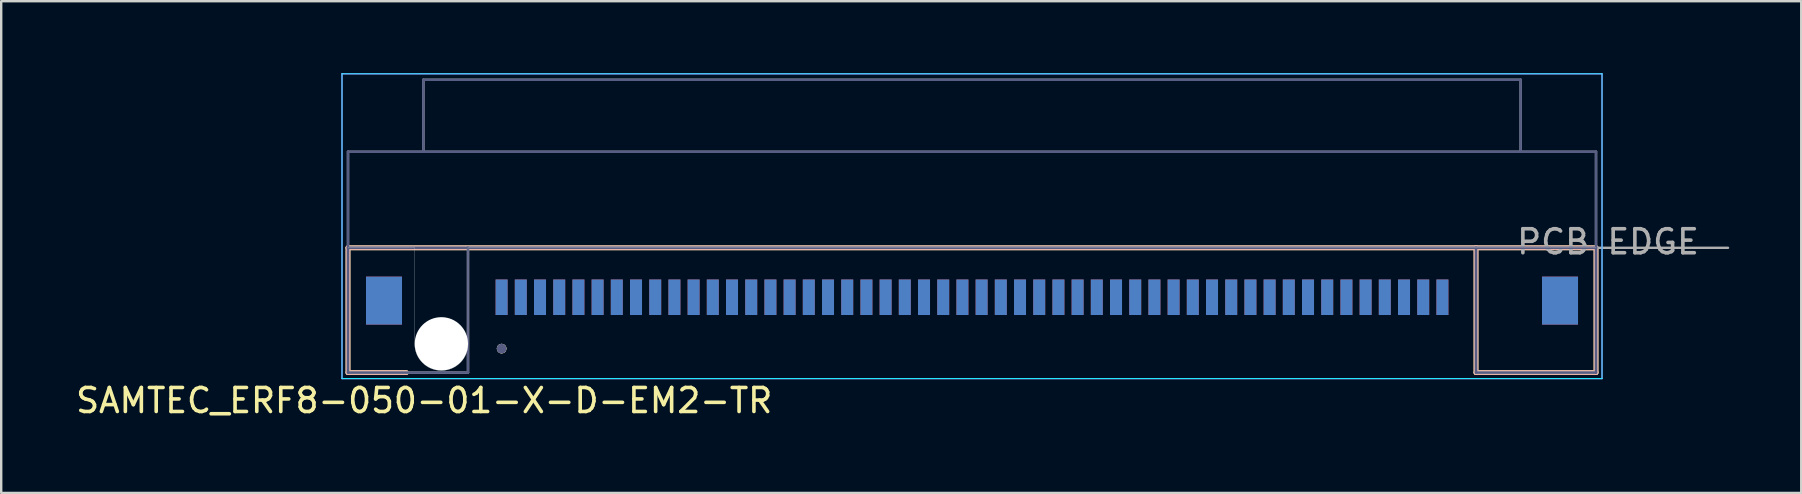
<source format=kicad_pcb>
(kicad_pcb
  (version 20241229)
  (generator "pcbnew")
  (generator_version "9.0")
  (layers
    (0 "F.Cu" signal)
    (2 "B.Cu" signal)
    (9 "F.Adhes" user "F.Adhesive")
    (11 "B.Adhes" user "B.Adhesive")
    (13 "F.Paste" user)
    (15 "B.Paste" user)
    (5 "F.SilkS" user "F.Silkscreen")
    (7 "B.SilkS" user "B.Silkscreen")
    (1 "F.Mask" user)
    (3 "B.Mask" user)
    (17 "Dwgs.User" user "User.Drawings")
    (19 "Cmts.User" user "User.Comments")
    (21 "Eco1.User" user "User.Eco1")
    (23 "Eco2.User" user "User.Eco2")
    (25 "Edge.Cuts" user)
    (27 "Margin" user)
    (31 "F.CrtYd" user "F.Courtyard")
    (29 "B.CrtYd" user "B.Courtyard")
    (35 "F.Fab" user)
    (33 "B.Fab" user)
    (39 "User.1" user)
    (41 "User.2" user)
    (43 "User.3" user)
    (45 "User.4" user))
  (footprint "SAMTEC_ERF8-050-01-X-D-EM2-TR"
    (layer "F.Cu")
    (at 37.45 7.275)
    (property "Reference" "SAMTEC_ERF8-050-01-X-D-EM2-TR" (at -22.825 6.365 0) (layer "F.SilkS") (effects (font (size 1 1) (thickness 0.15))))
    (attr through_hole)
    (fp_line (start -26 0) (end 21 0) (stroke (width 0.2) (type solid)) (layer "F.SilkS"))
    (fp_line (start -26 5.2) (end -26 0) (stroke (width 0.2) (type solid)) (layer "F.SilkS"))
    (fp_line (start -23.57 5.2) (end -26 5.2) (stroke (width 0.2) (type solid)) (layer "F.SilkS"))
    (fp_line (start 21 0) (end 26 0) (stroke (width 0.2) (type solid)) (layer "F.SilkS"))
    (fp_line (start 21 5.2) (end 21 0) (stroke (width 0.2) (type solid)) (layer "F.SilkS"))
    (fp_line (start 26 0) (end 26 5.2) (stroke (width 0.2) (type solid)) (layer "F.SilkS"))
    (fp_line (start 26 5.2) (end 21 5.2) (stroke (width 0.2) (type solid)) (layer "F.SilkS"))
    (fp_circle (center -19.6 4.2) (end -19.5 4.2) (stroke (width 0.2) (type solid)) (fill no) (layer "F.SilkS"))
    (fp_line (start -26 0) (end 21 0) (stroke (width 0.2) (type solid)) (layer "B.SilkS"))
    (fp_line (start -26 5.2) (end -26 0) (stroke (width 0.2) (type solid)) (layer "B.SilkS"))
    (fp_line (start -23.57 5.2) (end -26 5.2) (stroke (width 0.2) (type solid)) (layer "B.SilkS"))
    (fp_line (start 21 0) (end 26 0) (stroke (width 0.2) (type solid)) (layer "B.SilkS"))
    (fp_line (start 21 5.2) (end 21 0) (stroke (width 0.2) (type solid)) (layer "B.SilkS"))
    (fp_line (start 26 0) (end 26 5.2) (stroke (width 0.2) (type solid)) (layer "B.SilkS"))
    (fp_line (start 26 5.2) (end 21 5.2) (stroke (width 0.2) (type solid)) (layer "B.SilkS"))
    (fp_circle (center -19.6 4.2) (end -19.5 4.2) (stroke (width 0.2) (type solid)) (fill no) (layer "B.SilkS"))
    (fp_poly (pts (xy -19.6 1.97) (xy -19.42 2.23) (xy -19.42 3.5) (xy -19.78 3.5) (xy -19.78 2.23)) (stroke (width 0.01) (type solid)) (fill yes) (layer "F.Paste"))
    (fp_poly (pts (xy -18.8 1.97) (xy -18.62 2.23) (xy -18.62 3.5) (xy -18.98 3.5) (xy -18.98 2.23)) (stroke (width 0.01) (type solid)) (fill yes) (layer "F.Paste"))
    (fp_poly (pts (xy -18 1.97) (xy -17.82 2.23) (xy -17.82 3.5) (xy -18.18 3.5) (xy -18.18 2.23)) (stroke (width 0.01) (type solid)) (fill yes) (layer "F.Paste"))
    (fp_poly (pts (xy -17.2 1.97) (xy -17.02 2.23) (xy -17.02 3.5) (xy -17.38 3.5) (xy -17.38 2.23)) (stroke (width 0.01) (type solid)) (fill yes) (layer "F.Paste"))
    (fp_poly (pts (xy -16.4 1.97) (xy -16.22 2.23) (xy -16.22 3.5) (xy -16.58 3.5) (xy -16.58 2.23)) (stroke (width 0.01) (type solid)) (fill yes) (layer "F.Paste"))
    (fp_poly (pts (xy -15.6 1.97) (xy -15.42 2.23) (xy -15.42 3.5) (xy -15.78 3.5) (xy -15.78 2.23)) (stroke (width 0.01) (type solid)) (fill yes) (layer "F.Paste"))
    (fp_poly (pts (xy -14.8 1.97) (xy -14.62 2.23) (xy -14.62 3.5) (xy -14.98 3.5) (xy -14.98 2.23)) (stroke (width 0.01) (type solid)) (fill yes) (layer "F.Paste"))
    (fp_poly (pts (xy -14 1.97) (xy -13.82 2.23) (xy -13.82 3.5) (xy -14.18 3.5) (xy -14.18 2.23)) (stroke (width 0.01) (type solid)) (fill yes) (layer "F.Paste"))
    (fp_poly (pts (xy -13.2 1.97) (xy -13.02 2.23) (xy -13.02 3.5) (xy -13.38 3.5) (xy -13.38 2.23)) (stroke (width 0.01) (type solid)) (fill yes) (layer "F.Paste"))
    (fp_poly (pts (xy -12.4 1.97) (xy -12.22 2.23) (xy -12.22 3.5) (xy -12.58 3.5) (xy -12.58 2.23)) (stroke (width 0.01) (type solid)) (fill yes) (layer "F.Paste"))
    (fp_poly (pts (xy -11.6 1.97) (xy -11.42 2.23) (xy -11.42 3.5) (xy -11.78 3.5) (xy -11.78 2.23)) (stroke (width 0.01) (type solid)) (fill yes) (layer "F.Paste"))
    (fp_poly (pts (xy -10.8 1.97) (xy -10.62 2.23) (xy -10.62 3.5) (xy -10.98 3.5) (xy -10.98 2.23)) (stroke (width 0.01) (type solid)) (fill yes) (layer "F.Paste"))
    (fp_poly (pts (xy -10 1.97) (xy -9.82 2.23) (xy -9.82 3.5) (xy -10.18 3.5) (xy -10.18 2.23)) (stroke (width 0.01) (type solid)) (fill yes) (layer "F.Paste"))
    (fp_poly (pts (xy -9.2 1.97) (xy -9.02 2.23) (xy -9.02 3.5) (xy -9.38 3.5) (xy -9.38 2.23)) (stroke (width 0.01) (type solid)) (fill yes) (layer "F.Paste"))
    (fp_poly (pts (xy -8.4 1.97) (xy -8.22 2.23) (xy -8.22 3.5) (xy -8.58 3.5) (xy -8.58 2.23)) (stroke (width 0.01) (type solid)) (fill yes) (layer "F.Paste"))
    (fp_poly (pts (xy -7.6 1.97) (xy -7.42 2.23) (xy -7.42 3.5) (xy -7.78 3.5) (xy -7.78 2.23)) (stroke (width 0.01) (type solid)) (fill yes) (layer "F.Paste"))
    (fp_poly (pts (xy -6.8 1.97) (xy -6.62 2.23) (xy -6.62 3.5) (xy -6.98 3.5) (xy -6.98 2.23)) (stroke (width 0.01) (type solid)) (fill yes) (layer "F.Paste"))
    (fp_poly (pts (xy -6 1.97) (xy -5.82 2.23) (xy -5.82 3.5) (xy -6.18 3.5) (xy -6.18 2.23)) (stroke (width 0.01) (type solid)) (fill yes) (layer "F.Paste"))
    (fp_poly (pts (xy -5.2 1.97) (xy -5.02 2.23) (xy -5.02 3.5) (xy -5.38 3.5) (xy -5.38 2.23)) (stroke (width 0.01) (type solid)) (fill yes) (layer "F.Paste"))
    (fp_poly (pts (xy -4.4 1.97) (xy -4.22 2.23) (xy -4.22 3.5) (xy -4.58 3.5) (xy -4.58 2.23)) (stroke (width 0.01) (type solid)) (fill yes) (layer "F.Paste"))
    (fp_poly (pts (xy -3.6 1.97) (xy -3.42 2.23) (xy -3.42 3.5) (xy -3.78 3.5) (xy -3.78 2.23)) (stroke (width 0.01) (type solid)) (fill yes) (layer "F.Paste"))
    (fp_poly (pts (xy -2.8 1.97) (xy -2.62 2.23) (xy -2.62 3.5) (xy -2.98 3.5) (xy -2.98 2.23)) (stroke (width 0.01) (type solid)) (fill yes) (layer "F.Paste"))
    (fp_poly (pts (xy -2 1.97) (xy -1.82 2.23) (xy -1.82 3.5) (xy -2.18 3.5) (xy -2.18 2.23)) (stroke (width 0.01) (type solid)) (fill yes) (layer "F.Paste"))
    (fp_poly (pts (xy -1.2 1.97) (xy -1.02 2.23) (xy -1.02 3.5) (xy -1.38 3.5) (xy -1.38 2.23)) (stroke (width 0.01) (type solid)) (fill yes) (layer "F.Paste"))
    (fp_poly (pts (xy -0.4 1.97) (xy -0.22 2.23) (xy -0.22 3.5) (xy -0.58 3.5) (xy -0.58 2.23)) (stroke (width 0.01) (type solid)) (fill yes) (layer "F.Paste"))
    (fp_poly (pts (xy 0.4 1.97) (xy 0.58 2.23) (xy 0.58 3.5) (xy 0.22 3.5) (xy 0.22 2.23)) (stroke (width 0.01) (type solid)) (fill yes) (layer "F.Paste"))
    (fp_poly (pts (xy 1.2 1.97) (xy 1.38 2.23) (xy 1.38 3.5) (xy 1.02 3.5) (xy 1.02 2.23)) (stroke (width 0.01) (type solid)) (fill yes) (layer "F.Paste"))
    (fp_poly (pts (xy 2 1.97) (xy 2.18 2.23) (xy 2.18 3.5) (xy 1.82 3.5) (xy 1.82 2.23)) (stroke (width 0.01) (type solid)) (fill yes) (layer "F.Paste"))
    (fp_poly (pts (xy 2.8 1.97) (xy 2.98 2.23) (xy 2.98 3.5) (xy 2.62 3.5) (xy 2.62 2.23)) (stroke (width 0.01) (type solid)) (fill yes) (layer "F.Paste"))
    (fp_poly (pts (xy 3.6 1.97) (xy 3.78 2.23) (xy 3.78 3.5) (xy 3.42 3.5) (xy 3.42 2.23)) (stroke (width 0.01) (type solid)) (fill yes) (layer "F.Paste"))
    (fp_poly (pts (xy 4.4 1.97) (xy 4.58 2.23) (xy 4.58 3.5) (xy 4.22 3.5) (xy 4.22 2.23)) (stroke (width 0.01) (type solid)) (fill yes) (layer "F.Paste"))
    (fp_poly (pts (xy 5.2 1.97) (xy 5.38 2.23) (xy 5.38 3.5) (xy 5.02 3.5) (xy 5.02 2.23)) (stroke (width 0.01) (type solid)) (fill yes) (layer "F.Paste"))
    (fp_poly (pts (xy 6 1.97) (xy 6.18 2.23) (xy 6.18 3.5) (xy 5.82 3.5) (xy 5.82 2.23)) (stroke (width 0.01) (type solid)) (fill yes) (layer "F.Paste"))
    (fp_poly (pts (xy 6.8 1.97) (xy 6.98 2.23) (xy 6.98 3.5) (xy 6.62 3.5) (xy 6.62 2.23)) (stroke (width 0.01) (type solid)) (fill yes) (layer "F.Paste"))
    (fp_poly (pts (xy 7.6 1.97) (xy 7.78 2.23) (xy 7.78 3.5) (xy 7.42 3.5) (xy 7.42 2.23)) (stroke (width 0.01) (type solid)) (fill yes) (layer "F.Paste"))
    (fp_poly (pts (xy 8.4 1.97) (xy 8.58 2.23) (xy 8.58 3.5) (xy 8.22 3.5) (xy 8.22 2.23)) (stroke (width 0.01) (type solid)) (fill yes) (layer "F.Paste"))
    (fp_poly (pts (xy 9.2 1.97) (xy 9.38 2.23) (xy 9.38 3.5) (xy 9.02 3.5) (xy 9.02 2.23)) (stroke (width 0.01) (type solid)) (fill yes) (layer "F.Paste"))
    (fp_poly (pts (xy 10 1.97) (xy 10.18 2.23) (xy 10.18 3.5) (xy 9.82 3.5) (xy 9.82 2.23)) (stroke (width 0.01) (type solid)) (fill yes) (layer "F.Paste"))
    (fp_poly (pts (xy 10.8 1.97) (xy 10.98 2.23) (xy 10.98 3.5) (xy 10.62 3.5) (xy 10.62 2.23)) (stroke (width 0.01) (type solid)) (fill yes) (layer "F.Paste"))
    (fp_poly (pts (xy 11.6 1.97) (xy 11.78 2.23) (xy 11.78 3.5) (xy 11.42 3.5) (xy 11.42 2.23)) (stroke (width 0.01) (type solid)) (fill yes) (layer "F.Paste"))
    (fp_poly (pts (xy 12.4 1.97) (xy 12.58 2.23) (xy 12.58 3.5) (xy 12.22 3.5) (xy 12.22 2.23)) (stroke (width 0.01) (type solid)) (fill yes) (layer "F.Paste"))
    (fp_poly (pts (xy 13.2 1.97) (xy 13.38 2.23) (xy 13.38 3.5) (xy 13.02 3.5) (xy 13.02 2.23)) (stroke (width 0.01) (type solid)) (fill yes) (layer "F.Paste"))
    (fp_poly (pts (xy 14 1.97) (xy 14.18 2.23) (xy 14.18 3.5) (xy 13.82 3.5) (xy 13.82 2.23)) (stroke (width 0.01) (type solid)) (fill yes) (layer "F.Paste"))
    (fp_poly (pts (xy 14.8 1.97) (xy 14.98 2.23) (xy 14.98 3.5) (xy 14.62 3.5) (xy 14.62 2.23)) (stroke (width 0.01) (type solid)) (fill yes) (layer "F.Paste"))
    (fp_poly (pts (xy 15.6 1.97) (xy 15.78 2.23) (xy 15.78 3.5) (xy 15.42 3.5) (xy 15.42 2.23)) (stroke (width 0.01) (type solid)) (fill yes) (layer "F.Paste"))
    (fp_poly (pts (xy 16.4 1.97) (xy 16.58 2.23) (xy 16.58 3.5) (xy 16.22 3.5) (xy 16.22 2.23)) (stroke (width 0.01) (type solid)) (fill yes) (layer "F.Paste"))
    (fp_poly (pts (xy 17.2 1.97) (xy 17.38 2.23) (xy 17.38 3.5) (xy 17.02 3.5) (xy 17.02 2.23)) (stroke (width 0.01) (type solid)) (fill yes) (layer "F.Paste"))
    (fp_poly (pts (xy 18 1.97) (xy 18.18 2.23) (xy 18.18 3.5) (xy 17.82 3.5) (xy 17.82 2.23)) (stroke (width 0.01) (type solid)) (fill yes) (layer "F.Paste"))
    (fp_poly (pts (xy 18.8 1.97) (xy 18.98 2.23) (xy 18.98 3.5) (xy 18.62 3.5) (xy 18.62 2.23)) (stroke (width 0.01) (type solid)) (fill yes) (layer "F.Paste"))
    (fp_poly (pts (xy 19.6 1.97) (xy 19.78 2.23) (xy 19.78 3.5) (xy 19.42 3.5) (xy 19.42 2.23)) (stroke (width 0.01) (type solid)) (fill yes) (layer "F.Paste"))
    (fp_poly (pts (xy -19.6 1.97) (xy -19.42 2.23) (xy -19.42 3.5) (xy -19.78 3.5) (xy -19.78 2.23)) (stroke (width 0.01) (type solid)) (fill yes) (layer "B.Paste"))
    (fp_poly (pts (xy -18.8 1.97) (xy -18.62 2.23) (xy -18.62 3.5) (xy -18.98 3.5) (xy -18.98 2.23)) (stroke (width 0.01) (type solid)) (fill yes) (layer "B.Paste"))
    (fp_poly (pts (xy -18 1.97) (xy -17.82 2.23) (xy -17.82 3.5) (xy -18.18 3.5) (xy -18.18 2.23)) (stroke (width 0.01) (type solid)) (fill yes) (layer "B.Paste"))
    (fp_poly (pts (xy -17.2 1.97) (xy -17.02 2.23) (xy -17.02 3.5) (xy -17.38 3.5) (xy -17.38 2.23)) (stroke (width 0.01) (type solid)) (fill yes) (layer "B.Paste"))
    (fp_poly (pts (xy -16.4 1.97) (xy -16.22 2.23) (xy -16.22 3.5) (xy -16.58 3.5) (xy -16.58 2.23)) (stroke (width 0.01) (type solid)) (fill yes) (layer "B.Paste"))
    (fp_poly (pts (xy -15.6 1.97) (xy -15.42 2.23) (xy -15.42 3.5) (xy -15.78 3.5) (xy -15.78 2.23)) (stroke (width 0.01) (type solid)) (fill yes) (layer "B.Paste"))
    (fp_poly (pts (xy -14.8 1.97) (xy -14.62 2.23) (xy -14.62 3.5) (xy -14.98 3.5) (xy -14.98 2.23)) (stroke (width 0.01) (type solid)) (fill yes) (layer "B.Paste"))
    (fp_poly (pts (xy -14 1.97) (xy -13.82 2.23) (xy -13.82 3.5) (xy -14.18 3.5) (xy -14.18 2.23)) (stroke (width 0.01) (type solid)) (fill yes) (layer "B.Paste"))
    (fp_poly (pts (xy -13.2 1.97) (xy -13.02 2.23) (xy -13.02 3.5) (xy -13.38 3.5) (xy -13.38 2.23)) (stroke (width 0.01) (type solid)) (fill yes) (layer "B.Paste"))
    (fp_poly (pts (xy -12.4 1.97) (xy -12.22 2.23) (xy -12.22 3.5) (xy -12.58 3.5) (xy -12.58 2.23)) (stroke (width 0.01) (type solid)) (fill yes) (layer "B.Paste"))
    (fp_poly (pts (xy -11.6 1.97) (xy -11.42 2.23) (xy -11.42 3.5) (xy -11.78 3.5) (xy -11.78 2.23)) (stroke (width 0.01) (type solid)) (fill yes) (layer "B.Paste"))
    (fp_poly (pts (xy -10.8 1.97) (xy -10.62 2.23) (xy -10.62 3.5) (xy -10.98 3.5) (xy -10.98 2.23)) (stroke (width 0.01) (type solid)) (fill yes) (layer "B.Paste"))
    (fp_poly (pts (xy -10 1.97) (xy -9.82 2.23) (xy -9.82 3.5) (xy -10.18 3.5) (xy -10.18 2.23)) (stroke (width 0.01) (type solid)) (fill yes) (layer "B.Paste"))
    (fp_poly (pts (xy -9.2 1.97) (xy -9.02 2.23) (xy -9.02 3.5) (xy -9.38 3.5) (xy -9.38 2.23)) (stroke (width 0.01) (type solid)) (fill yes) (layer "B.Paste"))
    (fp_poly (pts (xy -8.4 1.97) (xy -8.22 2.23) (xy -8.22 3.5) (xy -8.58 3.5) (xy -8.58 2.23)) (stroke (width 0.01) (type solid)) (fill yes) (layer "B.Paste"))
    (fp_poly (pts (xy -7.6 1.97) (xy -7.42 2.23) (xy -7.42 3.5) (xy -7.78 3.5) (xy -7.78 2.23)) (stroke (width 0.01) (type solid)) (fill yes) (layer "B.Paste"))
    (fp_poly (pts (xy -6.8 1.97) (xy -6.62 2.23) (xy -6.62 3.5) (xy -6.98 3.5) (xy -6.98 2.23)) (stroke (width 0.01) (type solid)) (fill yes) (layer "B.Paste"))
    (fp_poly (pts (xy -6 1.97) (xy -5.82 2.23) (xy -5.82 3.5) (xy -6.18 3.5) (xy -6.18 2.23)) (stroke (width 0.01) (type solid)) (fill yes) (layer "B.Paste"))
    (fp_poly (pts (xy -5.2 1.97) (xy -5.02 2.23) (xy -5.02 3.5) (xy -5.38 3.5) (xy -5.38 2.23)) (stroke (width 0.01) (type solid)) (fill yes) (layer "B.Paste"))
    (fp_poly (pts (xy -4.4 1.97) (xy -4.22 2.23) (xy -4.22 3.5) (xy -4.58 3.5) (xy -4.58 2.23)) (stroke (width 0.01) (type solid)) (fill yes) (layer "B.Paste"))
    (fp_poly (pts (xy -3.6 1.97) (xy -3.42 2.23) (xy -3.42 3.5) (xy -3.78 3.5) (xy -3.78 2.23)) (stroke (width 0.01) (type solid)) (fill yes) (layer "B.Paste"))
    (fp_poly (pts (xy -2.8 1.97) (xy -2.62 2.23) (xy -2.62 3.5) (xy -2.98 3.5) (xy -2.98 2.23)) (stroke (width 0.01) (type solid)) (fill yes) (layer "B.Paste"))
    (fp_poly (pts (xy -2 1.97) (xy -1.82 2.23) (xy -1.82 3.5) (xy -2.18 3.5) (xy -2.18 2.23)) (stroke (width 0.01) (type solid)) (fill yes) (layer "B.Paste"))
    (fp_poly (pts (xy -1.2 1.97) (xy -1.02 2.23) (xy -1.02 3.5) (xy -1.38 3.5) (xy -1.38 2.23)) (stroke (width 0.01) (type solid)) (fill yes) (layer "B.Paste"))
    (fp_poly (pts (xy -0.4 1.97) (xy -0.22 2.23) (xy -0.22 3.5) (xy -0.58 3.5) (xy -0.58 2.23)) (stroke (width 0.01) (type solid)) (fill yes) (layer "B.Paste"))
    (fp_poly (pts (xy 0.4 1.97) (xy 0.58 2.23) (xy 0.58 3.5) (xy 0.22 3.5) (xy 0.22 2.23)) (stroke (width 0.01) (type solid)) (fill yes) (layer "B.Paste"))
    (fp_poly (pts (xy 1.2 1.97) (xy 1.38 2.23) (xy 1.38 3.5) (xy 1.02 3.5) (xy 1.02 2.23)) (stroke (width 0.01) (type solid)) (fill yes) (layer "B.Paste"))
    (fp_poly (pts (xy 2 1.97) (xy 2.18 2.23) (xy 2.18 3.5) (xy 1.82 3.5) (xy 1.82 2.23)) (stroke (width 0.01) (type solid)) (fill yes) (layer "B.Paste"))
    (fp_poly (pts (xy 2.8 1.97) (xy 2.98 2.23) (xy 2.98 3.5) (xy 2.62 3.5) (xy 2.62 2.23)) (stroke (width 0.01) (type solid)) (fill yes) (layer "B.Paste"))
    (fp_poly (pts (xy 3.6 1.97) (xy 3.78 2.23) (xy 3.78 3.5) (xy 3.42 3.5) (xy 3.42 2.23)) (stroke (width 0.01) (type solid)) (fill yes) (layer "B.Paste"))
    (fp_poly (pts (xy 4.4 1.97) (xy 4.58 2.23) (xy 4.58 3.5) (xy 4.22 3.5) (xy 4.22 2.23)) (stroke (width 0.01) (type solid)) (fill yes) (layer "B.Paste"))
    (fp_poly (pts (xy 5.2 1.97) (xy 5.38 2.23) (xy 5.38 3.5) (xy 5.02 3.5) (xy 5.02 2.23)) (stroke (width 0.01) (type solid)) (fill yes) (layer "B.Paste"))
    (fp_poly (pts (xy 6 1.97) (xy 6.18 2.23) (xy 6.18 3.5) (xy 5.82 3.5) (xy 5.82 2.23)) (stroke (width 0.01) (type solid)) (fill yes) (layer "B.Paste"))
    (fp_poly (pts (xy 6.8 1.97) (xy 6.98 2.23) (xy 6.98 3.5) (xy 6.62 3.5) (xy 6.62 2.23)) (stroke (width 0.01) (type solid)) (fill yes) (layer "B.Paste"))
    (fp_poly (pts (xy 7.6 1.97) (xy 7.78 2.23) (xy 7.78 3.5) (xy 7.42 3.5) (xy 7.42 2.23)) (stroke (width 0.01) (type solid)) (fill yes) (layer "B.Paste"))
    (fp_poly (pts (xy 8.4 1.97) (xy 8.58 2.23) (xy 8.58 3.5) (xy 8.22 3.5) (xy 8.22 2.23)) (stroke (width 0.01) (type solid)) (fill yes) (layer "B.Paste"))
    (fp_poly (pts (xy 9.2 1.97) (xy 9.38 2.23) (xy 9.38 3.5) (xy 9.02 3.5) (xy 9.02 2.23)) (stroke (width 0.01) (type solid)) (fill yes) (layer "B.Paste"))
    (fp_poly (pts (xy 10 1.97) (xy 10.18 2.23) (xy 10.18 3.5) (xy 9.82 3.5) (xy 9.82 2.23)) (stroke (width 0.01) (type solid)) (fill yes) (layer "B.Paste"))
    (fp_poly (pts (xy 10.8 1.97) (xy 10.98 2.23) (xy 10.98 3.5) (xy 10.62 3.5) (xy 10.62 2.23)) (stroke (width 0.01) (type solid)) (fill yes) (layer "B.Paste"))
    (fp_poly (pts (xy 11.6 1.97) (xy 11.78 2.23) (xy 11.78 3.5) (xy 11.42 3.5) (xy 11.42 2.23)) (stroke (width 0.01) (type solid)) (fill yes) (layer "B.Paste"))
    (fp_poly (pts (xy 12.4 1.97) (xy 12.58 2.23) (xy 12.58 3.5) (xy 12.22 3.5) (xy 12.22 2.23)) (stroke (width 0.01) (type solid)) (fill yes) (layer "B.Paste"))
    (fp_poly (pts (xy 13.2 1.97) (xy 13.38 2.23) (xy 13.38 3.5) (xy 13.02 3.5) (xy 13.02 2.23)) (stroke (width 0.01) (type solid)) (fill yes) (layer "B.Paste"))
    (fp_poly (pts (xy 14 1.97) (xy 14.18 2.23) (xy 14.18 3.5) (xy 13.82 3.5) (xy 13.82 2.23)) (stroke (width 0.01) (type solid)) (fill yes) (layer "B.Paste"))
    (fp_poly (pts (xy 14.8 1.97) (xy 14.98 2.23) (xy 14.98 3.5) (xy 14.62 3.5) (xy 14.62 2.23)) (stroke (width 0.01) (type solid)) (fill yes) (layer "B.Paste"))
    (fp_poly (pts (xy 15.6 1.97) (xy 15.78 2.23) (xy 15.78 3.5) (xy 15.42 3.5) (xy 15.42 2.23)) (stroke (width 0.01) (type solid)) (fill yes) (layer "B.Paste"))
    (fp_poly (pts (xy 16.4 1.97) (xy 16.58 2.23) (xy 16.58 3.5) (xy 16.22 3.5) (xy 16.22 2.23)) (stroke (width 0.01) (type solid)) (fill yes) (layer "B.Paste"))
    (fp_poly (pts (xy 17.2 1.97) (xy 17.38 2.23) (xy 17.38 3.5) (xy 17.02 3.5) (xy 17.02 2.23)) (stroke (width 0.01) (type solid)) (fill yes) (layer "B.Paste"))
    (fp_poly (pts (xy 18 1.97) (xy 18.18 2.23) (xy 18.18 3.5) (xy 17.82 3.5) (xy 17.82 2.23)) (stroke (width 0.01) (type solid)) (fill yes) (layer "B.Paste"))
    (fp_poly (pts (xy 18.8 1.97) (xy 18.98 2.23) (xy 18.98 3.5) (xy 18.62 3.5) (xy 18.62 2.23)) (stroke (width 0.01) (type solid)) (fill yes) (layer "B.Paste"))
    (fp_poly (pts (xy 19.6 1.97) (xy 19.78 2.23) (xy 19.78 3.5) (xy 19.42 3.5) (xy 19.42 2.23)) (stroke (width 0.01) (type solid)) (fill yes) (layer "B.Paste"))
    (fp_line (start -23.22 0) (end -26 0) (stroke (width 0.01) (type solid)) (layer "Edge.Cuts"))
    (fp_line (start -23.22 4) (end -23.22 0) (stroke (width 0.01) (type solid)) (layer "Edge.Cuts"))
    (fp_line (start -21 0) (end -21 4) (stroke (width 0.01) (type solid)) (layer "Edge.Cuts"))
    (fp_line (start 26 0) (end -21 0) (stroke (width 0.01) (type solid)) (layer "Edge.Cuts"))
    (fp_arc (start -22.11 5.11) (mid -22.894889 4.784889) (end -23.22 4) (stroke (width 0.01) (type solid)) (layer "Edge.Cuts"))
    (fp_arc (start -21 4) (mid -21.325111 4.784889) (end -22.11 5.11) (stroke (width 0.01) (type solid)) (layer "Edge.Cuts"))
    (fp_line (start -26.25 -7.25) (end 26.25 -7.25) (stroke (width 0.05) (type solid)) (layer "B.CrtYd"))
    (fp_line (start -26.25 5.45) (end -26.25 -7.25) (stroke (width 0.05) (type solid)) (layer "B.CrtYd"))
    (fp_line (start 26.25 -7.25) (end 26.25 5.45) (stroke (width 0.05) (type solid)) (layer "B.CrtYd"))
    (fp_line (start 26.25 5.45) (end -26.25 5.45) (stroke (width 0.05) (type solid)) (layer "B.CrtYd"))
    (fp_line (start -26.25 -7.25) (end 26.25 -7.25) (stroke (width 0.05) (type solid)) (layer "F.CrtYd"))
    (fp_line (start -26.25 5.45) (end -26.25 -7.25) (stroke (width 0.05) (type solid)) (layer "F.CrtYd"))
    (fp_line (start 26.25 -7.25) (end 26.25 5.45) (stroke (width 0.05) (type solid)) (layer "F.CrtYd"))
    (fp_line (start 26.25 5.45) (end -26.25 5.45) (stroke (width 0.05) (type solid)) (layer "F.CrtYd"))
    (fp_line (start -26 -4) (end -22.86 -4) (stroke (width 0.1) (type solid)) (layer "B.Fab"))
    (fp_line (start -26 0) (end -26 -4) (stroke (width 0.1) (type solid)) (layer "B.Fab"))
    (fp_line (start -26 0) (end -21 0) (stroke (width 0.1) (type solid)) (layer "B.Fab"))
    (fp_line (start -26 5.2) (end -26 0) (stroke (width 0.1) (type solid)) (layer "B.Fab"))
    (fp_line (start -26 5.2) (end -21 5.2) (stroke (width 0.1) (type solid)) (layer "B.Fab"))
    (fp_line (start -22.86 -7) (end 22.86 -7) (stroke (width 0.1) (type solid)) (layer "B.Fab"))
    (fp_line (start -22.86 -4) (end -22.86 -7) (stroke (width 0.1) (type solid)) (layer "B.Fab"))
    (fp_line (start -22.86 -4) (end 22.86 -4) (stroke (width 0.1) (type solid)) (layer "B.Fab"))
    (fp_line (start -21 0) (end 21 0) (stroke (width 0.1) (type solid)) (layer "B.Fab"))
    (fp_line (start -21 5.2) (end -21 0) (stroke (width 0.1) (type solid)) (layer "B.Fab"))
    (fp_line (start 21 0) (end 21 5.2) (stroke (width 0.1) (type solid)) (layer "B.Fab"))
    (fp_line (start 21 0) (end 26 0) (stroke (width 0.1) (type solid)) (layer "B.Fab"))
    (fp_line (start 21 5.2) (end 26 5.2) (stroke (width 0.1) (type solid)) (layer "B.Fab"))
    (fp_line (start 22.86 -7) (end 22.86 -4) (stroke (width 0.1) (type solid)) (layer "B.Fab"))
    (fp_line (start 22.86 -4) (end 26 -4) (stroke (width 0.1) (type solid)) (layer "B.Fab"))
    (fp_line (start 26 -4) (end 26 0) (stroke (width 0.1) (type solid)) (layer "B.Fab"))
    (fp_line (start 26 0) (end 26 5.2) (stroke (width 0.1) (type solid)) (layer "B.Fab"))
    (fp_circle (center -19.6 4.2) (end -19.5 4.2) (stroke (width 0.2) (type solid)) (fill no) (layer "B.Fab"))
    (fp_line (start -26 -4) (end -22.86 -4) (stroke (width 0.1) (type solid)) (layer "F.Fab"))
    (fp_line (start -26 0) (end -26 -4) (stroke (width 0.1) (type solid)) (layer "F.Fab"))
    (fp_line (start -26 0) (end -21 0) (stroke (width 0.1) (type solid)) (layer "F.Fab"))
    (fp_line (start -26 5.2) (end -26 0) (stroke (width 0.1) (type solid)) (layer "F.Fab"))
    (fp_line (start -26 5.2) (end -21 5.2) (stroke (width 0.1) (type solid)) (layer "F.Fab"))
    (fp_line (start -22.86 -7) (end 22.86 -7) (stroke (width 0.1) (type solid)) (layer "F.Fab"))
    (fp_line (start -22.86 -4) (end -22.86 -7) (stroke (width 0.1) (type solid)) (layer "F.Fab"))
    (fp_line (start -22.86 -4) (end 22.86 -4) (stroke (width 0.1) (type solid)) (layer "F.Fab"))
    (fp_line (start -21 0) (end 21 0) (stroke (width 0.1) (type solid)) (layer "F.Fab"))
    (fp_line (start -21 5.2) (end -21 0) (stroke (width 0.1) (type solid)) (layer "F.Fab"))
    (fp_line (start 21 0) (end 21 5.2) (stroke (width 0.1) (type solid)) (layer "F.Fab"))
    (fp_line (start 21 0) (end 26 0) (stroke (width 0.1) (type solid)) (layer "F.Fab"))
    (fp_line (start 21 5.2) (end 26 5.2) (stroke (width 0.1) (type solid)) (layer "F.Fab"))
    (fp_line (start 22.86 -7) (end 22.86 -4) (stroke (width 0.1) (type solid)) (layer "F.Fab"))
    (fp_line (start 22.86 -4) (end 26 -4) (stroke (width 0.1) (type solid)) (layer "F.Fab"))
    (fp_line (start 26 -4) (end 26 0) (stroke (width 0.1) (type solid)) (layer "F.Fab"))
    (fp_line (start 26 0) (end 26 5.2) (stroke (width 0.1) (type solid)) (layer "F.Fab"))
    (fp_line (start 26 0) (end 31.5 0) (stroke (width 0.1) (type solid)) (layer "F.Fab"))
    (fp_circle (center -19.6 4.2) (end -19.5 4.2) (stroke (width 0.2) (type solid)) (fill no) (layer "F.Fab"))
    (fp_text user "PCB EDGE" (at 26.5 -0.25 0) (layer "F.Fab") (effects (font (size 1 1) (thickness 0.15))))
    (pad "" np_thru_hole circle (at -22.11 4) (size 2.22 2.22) (drill 2.22) (layers "*.Cu" "*.Mask"))
    (pad "01" smd rect (at -19.6 2.06) (size 0.5 1.48) (layers "F.Cu" "F.Mask"))
    (pad "02" smd rect (at -19.6 2.06) (size 0.5 1.48) (layers "B.Cu" "B.Mask"))
    (pad "03" smd rect (at -18.8 2.06) (size 0.5 1.48) (layers "F.Cu" "F.Mask"))
    (pad "04" smd rect (at -18.8 2.06) (size 0.5 1.48) (layers "B.Cu" "B.Mask"))
    (pad "05" smd rect (at -18 2.06) (size 0.5 1.48) (layers "F.Cu" "F.Mask"))
    (pad "06" smd rect (at -18 2.06) (size 0.5 1.48) (layers "B.Cu" "B.Mask"))
    (pad "07" smd rect (at -17.2 2.06) (size 0.5 1.48) (layers "F.Cu" "F.Mask"))
    (pad "08" smd rect (at -17.2 2.06) (size 0.5 1.48) (layers "B.Cu" "B.Mask"))
    (pad "09" smd rect (at -16.4 2.06) (size 0.5 1.48) (layers "F.Cu" "F.Mask"))
    (pad "10" smd rect (at -16.4 2.06) (size 0.5 1.48) (layers "B.Cu" "B.Mask"))
    (pad "11" smd rect (at -15.6 2.06) (size 0.5 1.48) (layers "F.Cu" "F.Mask"))
    (pad "12" smd rect (at -15.6 2.06) (size 0.5 1.48) (layers "B.Cu" "B.Mask"))
    (pad "13" smd rect (at -14.8 2.06) (size 0.5 1.48) (layers "F.Cu" "F.Mask"))
    (pad "14" smd rect (at -14.8 2.06) (size 0.5 1.48) (layers "B.Cu" "B.Mask"))
    (pad "15" smd rect (at -14 2.06) (size 0.5 1.48) (layers "F.Cu" "F.Mask"))
    (pad "16" smd rect (at -14 2.06) (size 0.5 1.48) (layers "B.Cu" "B.Mask"))
    (pad "17" smd rect (at -13.2 2.06) (size 0.5 1.48) (layers "F.Cu" "F.Mask"))
    (pad "18" smd rect (at -13.2 2.06) (size 0.5 1.48) (layers "B.Cu" "B.Mask"))
    (pad "19" smd rect (at -12.4 2.06) (size 0.5 1.48) (layers "F.Cu" "F.Mask"))
    (pad "20" smd rect (at -12.4 2.06) (size 0.5 1.48) (layers "B.Cu" "B.Mask"))
    (pad "21" smd rect (at -11.6 2.06) (size 0.5 1.48) (layers "F.Cu" "F.Mask"))
    (pad "22" smd rect (at -11.6 2.06) (size 0.5 1.48) (layers "B.Cu" "B.Mask"))
    (pad "23" smd rect (at -10.8 2.06) (size 0.5 1.48) (layers "F.Cu" "F.Mask"))
    (pad "24" smd rect (at -10.8 2.06) (size 0.5 1.48) (layers "B.Cu" "B.Mask"))
    (pad "25" smd rect (at -10 2.06) (size 0.5 1.48) (layers "F.Cu" "F.Mask"))
    (pad "26" smd rect (at -10 2.06) (size 0.5 1.48) (layers "B.Cu" "B.Mask"))
    (pad "27" smd rect (at -9.2 2.06) (size 0.5 1.48) (layers "F.Cu" "F.Mask"))
    (pad "28" smd rect (at -9.2 2.06) (size 0.5 1.48) (layers "B.Cu" "B.Mask"))
    (pad "29" smd rect (at -8.4 2.06) (size 0.5 1.48) (layers "F.Cu" "F.Mask"))
    (pad "30" smd rect (at -8.4 2.06) (size 0.5 1.48) (layers "B.Cu" "B.Mask"))
    (pad "31" smd rect (at -7.6 2.06) (size 0.5 1.48) (layers "F.Cu" "F.Mask"))
    (pad "32" smd rect (at -7.6 2.06) (size 0.5 1.48) (layers "B.Cu" "B.Mask"))
    (pad "33" smd rect (at -6.8 2.06) (size 0.5 1.48) (layers "F.Cu" "F.Mask"))
    (pad "34" smd rect (at -6.8 2.06) (size 0.5 1.48) (layers "B.Cu" "B.Mask"))
    (pad "35" smd rect (at -6 2.06) (size 0.5 1.48) (layers "F.Cu" "F.Mask"))
    (pad "36" smd rect (at -6 2.06) (size 0.5 1.48) (layers "B.Cu" "B.Mask"))
    (pad "37" smd rect (at -5.2 2.06) (size 0.5 1.48) (layers "F.Cu" "F.Mask"))
    (pad "38" smd rect (at -5.2 2.06) (size 0.5 1.48) (layers "B.Cu" "B.Mask"))
    (pad "39" smd rect (at -4.4 2.06) (size 0.5 1.48) (layers "F.Cu" "F.Mask"))
    (pad "40" smd rect (at -4.4 2.06) (size 0.5 1.48) (layers "B.Cu" "B.Mask"))
    (pad "41" smd rect (at -3.6 2.06) (size 0.5 1.48) (layers "F.Cu" "F.Mask"))
    (pad "42" smd rect (at -3.6 2.06) (size 0.5 1.48) (layers "B.Cu" "B.Mask"))
    (pad "43" smd rect (at -2.8 2.06) (size 0.5 1.48) (layers "F.Cu" "F.Mask"))
    (pad "44" smd rect (at -2.8 2.06) (size 0.5 1.48) (layers "B.Cu" "B.Mask"))
    (pad "45" smd rect (at -2 2.06) (size 0.5 1.48) (layers "F.Cu" "F.Mask"))
    (pad "46" smd rect (at -2 2.06) (size 0.5 1.48) (layers "B.Cu" "B.Mask"))
    (pad "47" smd rect (at -1.2 2.06) (size 0.5 1.48) (layers "F.Cu" "F.Mask"))
    (pad "48" smd rect (at -1.2 2.06) (size 0.5 1.48) (layers "B.Cu" "B.Mask"))
    (pad "49" smd rect (at -0.4 2.06) (size 0.5 1.48) (layers "F.Cu" "F.Mask"))
    (pad "50" smd rect (at -0.4 2.06) (size 0.5 1.48) (layers "B.Cu" "B.Mask"))
    (pad "51" smd rect (at 0.4 2.06) (size 0.5 1.48) (layers "F.Cu" "F.Mask"))
    (pad "52" smd rect (at 0.4 2.06) (size 0.5 1.48) (layers "B.Cu" "B.Mask"))
    (pad "53" smd rect (at 1.2 2.06) (size 0.5 1.48) (layers "F.Cu" "F.Mask"))
    (pad "54" smd rect (at 1.2 2.06) (size 0.5 1.48) (layers "B.Cu" "B.Mask"))
    (pad "55" smd rect (at 2 2.06) (size 0.5 1.48) (layers "F.Cu" "F.Mask"))
    (pad "56" smd rect (at 2 2.06) (size 0.5 1.48) (layers "B.Cu" "B.Mask"))
    (pad "57" smd rect (at 2.8 2.06) (size 0.5 1.48) (layers "F.Cu" "F.Mask"))
    (pad "58" smd rect (at 2.8 2.06) (size 0.5 1.48) (layers "B.Cu" "B.Mask"))
    (pad "59" smd rect (at 3.6 2.06) (size 0.5 1.48) (layers "F.Cu" "F.Mask"))
    (pad "60" smd rect (at 3.6 2.06) (size 0.5 1.48) (layers "B.Cu" "B.Mask"))
    (pad "61" smd rect (at 4.4 2.06) (size 0.5 1.48) (layers "F.Cu" "F.Mask"))
    (pad "62" smd rect (at 4.4 2.06) (size 0.5 1.48) (layers "B.Cu" "B.Mask"))
    (pad "63" smd rect (at 5.2 2.06) (size 0.5 1.48) (layers "F.Cu" "F.Mask"))
    (pad "64" smd rect (at 5.2 2.06) (size 0.5 1.48) (layers "B.Cu" "B.Mask"))
    (pad "65" smd rect (at 6 2.06) (size 0.5 1.48) (layers "F.Cu" "F.Mask"))
    (pad "66" smd rect (at 6 2.06) (size 0.5 1.48) (layers "B.Cu" "B.Mask"))
    (pad "67" smd rect (at 6.8 2.06) (size 0.5 1.48) (layers "F.Cu" "F.Mask"))
    (pad "68" smd rect (at 6.8 2.06) (size 0.5 1.48) (layers "B.Cu" "B.Mask"))
    (pad "69" smd rect (at 7.6 2.06) (size 0.5 1.48) (layers "F.Cu" "F.Mask"))
    (pad "70" smd rect (at 7.6 2.06) (size 0.5 1.48) (layers "B.Cu" "B.Mask"))
    (pad "71" smd rect (at 8.4 2.06) (size 0.5 1.48) (layers "F.Cu" "F.Mask"))
    (pad "72" smd rect (at 8.4 2.06) (size 0.5 1.48) (layers "B.Cu" "B.Mask"))
    (pad "73" smd rect (at 9.2 2.06) (size 0.5 1.48) (layers "F.Cu" "F.Mask"))
    (pad "74" smd rect (at 9.2 2.06) (size 0.5 1.48) (layers "B.Cu" "B.Mask"))
    (pad "75" smd rect (at 10 2.06) (size 0.5 1.48) (layers "F.Cu" "F.Mask"))
    (pad "76" smd rect (at 10 2.06) (size 0.5 1.48) (layers "B.Cu" "B.Mask"))
    (pad "77" smd rect (at 10.8 2.06) (size 0.5 1.48) (layers "F.Cu" "F.Mask"))
    (pad "78" smd rect (at 10.8 2.06) (size 0.5 1.48) (layers "B.Cu" "B.Mask"))
    (pad "79" smd rect (at 11.6 2.06) (size 0.5 1.48) (layers "F.Cu" "F.Mask"))
    (pad "80" smd rect (at 11.6 2.06) (size 0.5 1.48) (layers "B.Cu" "B.Mask"))
    (pad "81" smd rect (at 12.4 2.06) (size 0.5 1.48) (layers "F.Cu" "F.Mask"))
    (pad "82" smd rect (at 12.4 2.06) (size 0.5 1.48) (layers "B.Cu" "B.Mask"))
    (pad "83" smd rect (at 13.2 2.06) (size 0.5 1.48) (layers "F.Cu" "F.Mask"))
    (pad "84" smd rect (at 13.2 2.06) (size 0.5 1.48) (layers "B.Cu" "B.Mask"))
    (pad "85" smd rect (at 14 2.06) (size 0.5 1.48) (layers "F.Cu" "F.Mask"))
    (pad "86" smd rect (at 14 2.06) (size 0.5 1.48) (layers "B.Cu" "B.Mask"))
    (pad "87" smd rect (at 14.8 2.06) (size 0.5 1.48) (layers "F.Cu" "F.Mask"))
    (pad "88" smd rect (at 14.8 2.06) (size 0.5 1.48) (layers "B.Cu" "B.Mask"))
    (pad "89" smd rect (at 15.6 2.06) (size 0.5 1.48) (layers "F.Cu" "F.Mask"))
    (pad "90" smd rect (at 15.6 2.06) (size 0.5 1.48) (layers "B.Cu" "B.Mask"))
    (pad "91" smd rect (at 16.4 2.06) (size 0.5 1.48) (layers "F.Cu" "F.Mask"))
    (pad "92" smd rect (at 16.4 2.06) (size 0.5 1.48) (layers "B.Cu" "B.Mask"))
    (pad "93" smd rect (at 17.2 2.06) (size 0.5 1.48) (layers "F.Cu" "F.Mask"))
    (pad "94" smd rect (at 17.2 2.06) (size 0.5 1.48) (layers "B.Cu" "B.Mask"))
    (pad "95" smd rect (at 18 2.06) (size 0.5 1.48) (layers "F.Cu" "F.Mask"))
    (pad "96" smd rect (at 18 2.06) (size 0.5 1.48) (layers "B.Cu" "B.Mask"))
    (pad "97" smd rect (at 18.8 2.06) (size 0.5 1.48) (layers "F.Cu" "F.Mask"))
    (pad "98" smd rect (at 18.8 2.06) (size 0.5 1.48) (layers "B.Cu" "B.Mask"))
    (pad "99" smd rect (at 19.6 2.06) (size 0.5 1.48) (layers "F.Cu" "F.Mask"))
    (pad "100" smd rect (at 19.6 2.06) (size 0.5 1.48) (layers "B.Cu" "B.Mask"))
    (pad "S1" smd rect (at -24.5 2.2) (size 1.5 2) (layers "F.Cu" "F.Mask" "F.Paste"))
    (pad "S2" smd rect (at -24.5 2.2) (size 1.5 2) (layers "B.Cu" "B.Mask" "B.Paste"))
    (pad "S3" smd rect (at 24.5 2.2) (size 1.5 2) (layers "F.Cu" "F.Mask" "F.Paste"))
    (pad "S4" smd rect (at 24.5 2.2) (size 1.5 2) (layers "B.Cu" "B.Mask" "B.Paste")))
  (gr_rect
    (start -3 -3)
    (end 72 17.488)
    (stroke (width 0.1) (type default))
    (fill no)
    (layer "Edge.Cuts")))
</source>
